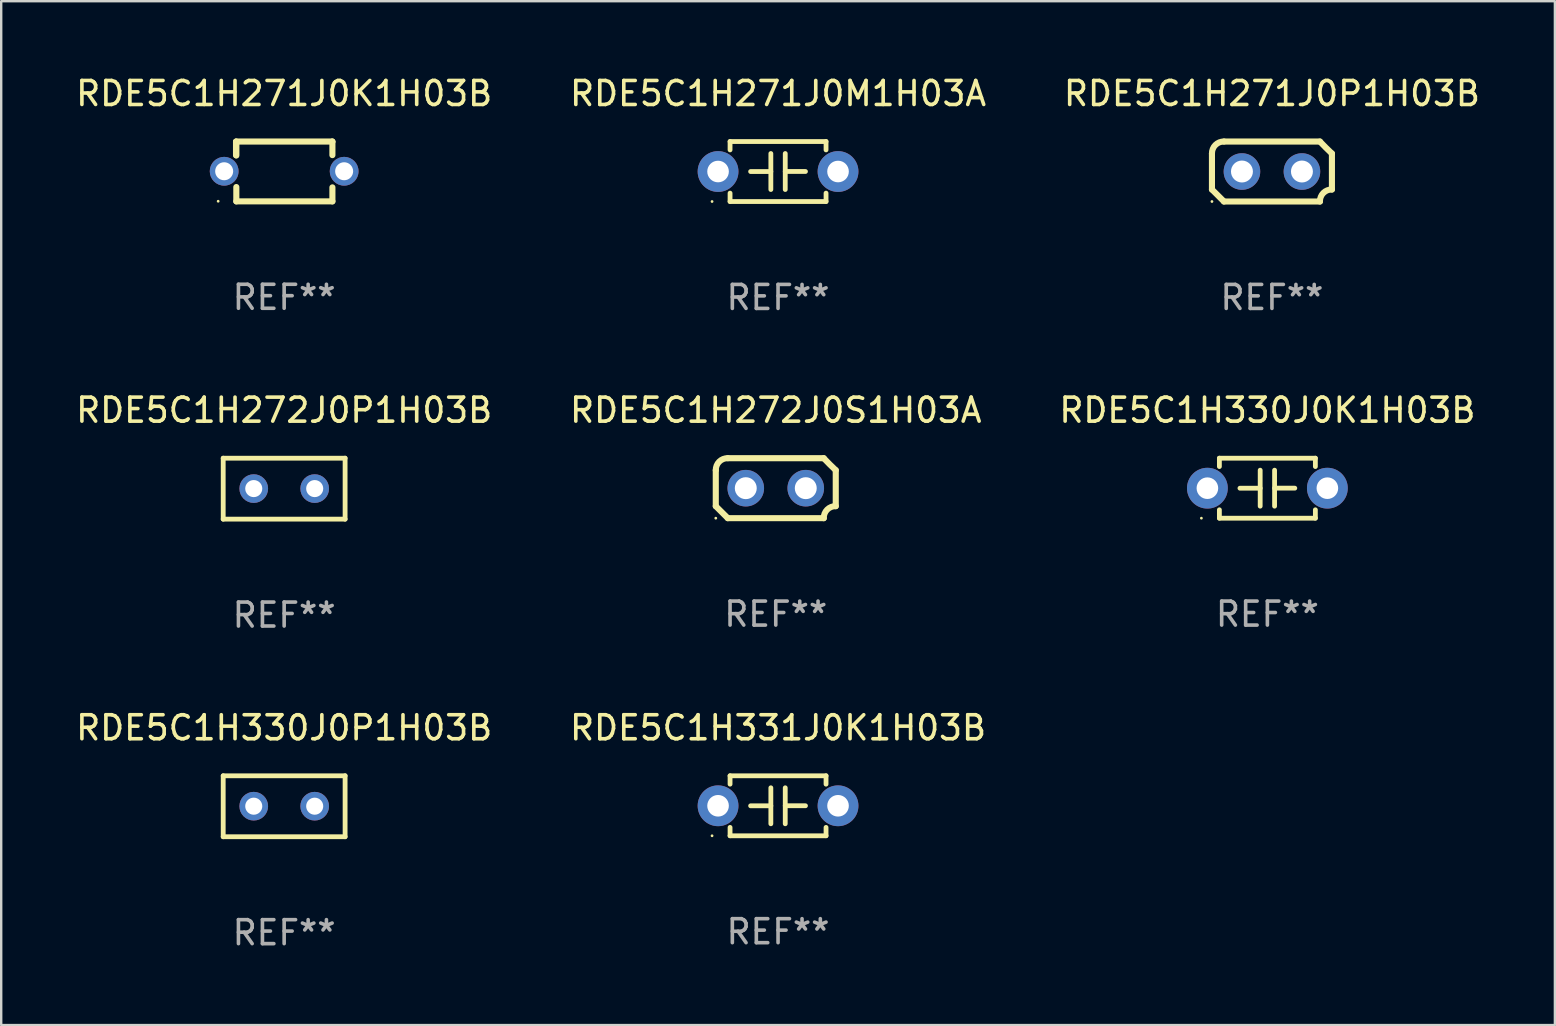
<source format=kicad_pcb>
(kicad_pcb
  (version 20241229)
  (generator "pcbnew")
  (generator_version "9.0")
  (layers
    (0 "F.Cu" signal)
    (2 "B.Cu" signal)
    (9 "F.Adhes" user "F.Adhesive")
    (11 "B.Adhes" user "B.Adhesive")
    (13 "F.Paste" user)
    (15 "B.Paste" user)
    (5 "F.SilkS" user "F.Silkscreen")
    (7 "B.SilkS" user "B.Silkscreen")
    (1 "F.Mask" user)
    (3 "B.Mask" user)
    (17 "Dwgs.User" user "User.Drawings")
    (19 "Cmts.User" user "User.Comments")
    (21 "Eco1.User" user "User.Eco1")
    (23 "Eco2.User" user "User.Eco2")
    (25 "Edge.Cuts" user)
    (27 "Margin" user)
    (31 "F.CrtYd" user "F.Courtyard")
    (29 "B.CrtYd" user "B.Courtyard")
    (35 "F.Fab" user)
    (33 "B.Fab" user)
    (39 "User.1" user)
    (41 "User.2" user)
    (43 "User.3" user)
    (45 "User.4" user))
  (footprint "RDE5C1H271J0K1H03B"
    (layer "F.Cu")
    (at 8.792 4.095)
    (property "Reference" "RDE5C1H271J0K1H03B" (at 0 -3.247 0) (layer "F.SilkS") (effects (font (size 1 1) (thickness 0.15))))
    (attr through_hole)
    (fp_line (start -2.006 -1.24) (end -1.999 -1.247) (stroke (width 0.254) (type solid)) (layer "F.SilkS"))
    (fp_line (start -2.006 -0.676) (end -2.006 -1.24) (stroke (width 0.254) (type solid)) (layer "F.SilkS"))
    (fp_line (start -1.999 -1.247) (end 2.005 -1.247) (stroke (width 0.254) (type solid)) (layer "F.SilkS"))
    (fp_line (start -1.993 -1.186) (end -2.006 -1.2) (stroke (width 0.254) (type solid)) (layer "F.SilkS"))
    (fp_line (start -1.993 -0.665) (end -1.993 -1.186) (stroke (width 0.254) (type solid)) (layer "F.SilkS"))
    (fp_line (start -1.993 1.247) (end -1.993 0.65) (stroke (width 0.254) (type solid)) (layer "F.SilkS"))
    (fp_line (start 2.005 -1.247) (end 2.011 -1.24) (stroke (width 0.254) (type solid)) (layer "F.SilkS"))
    (fp_line (start 2.011 -1.24) (end 2.011 -0.68) (stroke (width 0.254) (type solid)) (layer "F.SilkS"))
    (fp_line (start 2.011 0.664) (end 2.011 1.247) (stroke (width 0.254) (type solid)) (layer "F.SilkS"))
    (fp_line (start 2.011 1.247) (end -1.993 1.247) (stroke (width 0.254) (type solid)) (layer "F.SilkS"))
    (fp_circle (center -2.75 1.242) (end -2.72 1.242) (stroke (width 0.06) (type solid)) (fill no) (layer "F.SilkS"))
    (fp_text user "REF**" (at 0 5.247 0) (layer "F.Fab") (effects (font (size 1 1) (thickness 0.15))))
    (pad "1" thru_hole circle (at -2.5 -0.008) (size 1.2 1.2) (drill 0.75) (layers "*.Cu" "*.Mask"))
    (pad "2" thru_hole circle (at 2.5 -0.008) (size 1.2 1.2) (drill 0.75) (layers "*.Cu" "*.Mask")))
  (footprint "RDE5C1H272J0S1H03A"
    (layer "F.Cu")
    (at 29.28 17.295)
    (property "Reference" "RDE5C1H272J0S1H03A" (at 0 -3.25 0) (layer "F.SilkS") (effects (font (size 1 1) (thickness 0.15))))
    (attr through_hole)
    (fp_line (start -2.5 -0.75) (end -2.5 0.75) (stroke (width 0.254) (type solid)) (layer "F.SilkS"))
    (fp_line (start -2 -1.25) (end 2 -1.25) (stroke (width 0.254) (type solid)) (layer "F.SilkS"))
    (fp_line (start 2 1.25) (end -2 1.25) (stroke (width 0.254) (type solid)) (layer "F.SilkS"))
    (fp_line (start 2.5 0.75) (end 2.5 -0.75) (stroke (width 0.254) (type solid)) (layer "F.SilkS"))
    (fp_arc (start -2.5 0.749962) (mid -2.249559 0.999558) (end -1.99929 1.249325) (stroke (width 0.254001) (type solid)) (layer "F.SilkS"))
    (fp_arc (start -2.499366 -0.749302) (mid -2.356411 -1.106098) (end -2 -1.250013) (stroke (width 0.254001) (type solid)) (layer "F.SilkS"))
    (fp_arc (start 2 1.250013) (mid 2.142747 0.89301) (end 2.499364 0.749302) (stroke (width 0.254001) (type solid)) (layer "F.SilkS"))
    (fp_arc (start 2.5 -0.749962) (mid 2.245609 -0.995598) (end 1.999289 -1.249327) (stroke (width 0.254001) (type solid)) (layer "F.SilkS"))
    (fp_circle (center -2.5 1.25) (end -2.47 1.25) (stroke (width 0.06) (type solid)) (fill no) (layer "F.SilkS"))
    (fp_text user "REF**" (at 0 5.25 0) (layer "F.Fab") (effects (font (size 1 1) (thickness 0.15))))
    (pad "1" thru_hole circle (at -1.25 0) (size 1.524 1.524) (drill 0.914) (layers "*.Cu" "*.Mask"))
    (pad "2" thru_hole circle (at 1.25 0) (size 1.524 1.524) (drill 0.914) (layers "*.Cu" "*.Mask")))
  (footprint "RDE5C1H271J0P1H03B"
    (layer "F.Cu")
    (at 49.958 4.098)
    (property "Reference" "RDE5C1H271J0P1H03B" (at 0 -3.25 0) (layer "F.SilkS") (effects (font (size 1 1) (thickness 0.15))))
    (attr through_hole)
    (fp_line (start -2.5 -0.75) (end -2.5 0.75) (stroke (width 0.254) (type solid)) (layer "F.SilkS"))
    (fp_line (start -2 -1.25) (end 2 -1.25) (stroke (width 0.254) (type solid)) (layer "F.SilkS"))
    (fp_line (start 2 1.25) (end -2 1.25) (stroke (width 0.254) (type solid)) (layer "F.SilkS"))
    (fp_line (start 2.5 0.75) (end 2.5 -0.75) (stroke (width 0.254) (type solid)) (layer "F.SilkS"))
    (fp_arc (start -2.5 0.749962) (mid -2.249559 0.999558) (end -1.99929 1.249325) (stroke (width 0.254001) (type solid)) (layer "F.SilkS"))
    (fp_arc (start -2.499366 -0.749302) (mid -2.356411 -1.106098) (end -2 -1.250013) (stroke (width 0.254001) (type solid)) (layer "F.SilkS"))
    (fp_arc (start 2 1.250013) (mid 2.142747 0.89301) (end 2.499364 0.749302) (stroke (width 0.254001) (type solid)) (layer "F.SilkS"))
    (fp_arc (start 2.5 -0.749962) (mid 2.245609 -0.995598) (end 1.999289 -1.249327) (stroke (width 0.254001) (type solid)) (layer "F.SilkS"))
    (fp_circle (center -2.5 1.25) (end -2.47 1.25) (stroke (width 0.06) (type solid)) (fill no) (layer "F.SilkS"))
    (fp_text user "REF**" (at 0 5.25 0) (layer "F.Fab") (effects (font (size 1 1) (thickness 0.15))))
    (pad "1" thru_hole circle (at -1.25 0) (size 1.524 1.524) (drill 0.914) (layers "*.Cu" "*.Mask"))
    (pad "2" thru_hole circle (at 1.25 0) (size 1.524 1.524) (drill 0.914) (layers "*.Cu" "*.Mask")))
  (footprint "RDE5C1H271J0M1H03A"
    (layer "F.Cu")
    (at 29.375 4.098)
    (property "Reference" "RDE5C1H271J0M1H03A" (at 0 -3.25 0) (layer "F.SilkS") (effects (font (size 1 1) (thickness 0.15))))
    (attr through_hole)
    (fp_line (start -2 -1.25) (end -2 -0.901) (stroke (width 0.2) (type solid)) (layer "F.SilkS"))
    (fp_line (start -2 -1.25) (end 2 -1.25) (stroke (width 0.2) (type solid)) (layer "F.SilkS"))
    (fp_line (start -2 0.901) (end -2 1.25) (stroke (width 0.2) (type solid)) (layer "F.SilkS"))
    (fp_line (start -0.3 -0.75) (end -0.3 0.75) (stroke (width 0.2) (type solid)) (layer "F.SilkS"))
    (fp_line (start -0.3 0.001) (end -1.143 0.001) (stroke (width 0.2) (type solid)) (layer "F.SilkS"))
    (fp_line (start 0.3 -0.001) (end 1.143 -0.001) (stroke (width 0.2) (type solid)) (layer "F.SilkS"))
    (fp_line (start 0.3 0.75) (end 0.3 -0.75) (stroke (width 0.2) (type solid)) (layer "F.SilkS"))
    (fp_line (start 2 -1.25) (end 2 -0.901) (stroke (width 0.2) (type solid)) (layer "F.SilkS"))
    (fp_line (start 2 0.901) (end 2 1.25) (stroke (width 0.2) (type solid)) (layer "F.SilkS"))
    (fp_line (start 2 1.25) (end -2 1.25) (stroke (width 0.2) (type solid)) (layer "F.SilkS"))
    (fp_circle (center -2.75 1.25) (end -2.72 1.25) (stroke (width 0.06) (type solid)) (fill no) (layer "F.SilkS"))
    (fp_text user "REF**" (at 0 5.25 0) (layer "F.Fab") (effects (font (size 1 1) (thickness 0.15))))
    (pad "1" thru_hole circle (at -2.5 0) (size 1.7 1.7) (drill 0.9) (layers "*.Cu" "*.Mask"))
    (pad "2" thru_hole circle (at 2.5 0) (size 1.7 1.7) (drill 0.9) (layers "*.Cu" "*.Mask")))
  (footprint "RDE5C1H330J0P1H03B"
    (layer "F.Cu")
    (at 8.792 30.551)
    (property "Reference" "RDE5C1H330J0P1H03B" (at 0 -3.27 0) (layer "F.SilkS") (effects (font (size 1 1) (thickness 0.15))))
    (attr through_hole)
    (fp_line (start -2.54 -1.27) (end -2.54 1.27) (stroke (width 0.201) (type solid)) (layer "F.SilkS"))
    (fp_line (start -2.54 1.27) (end 2.54 1.27) (stroke (width 0.201) (type solid)) (layer "F.SilkS"))
    (fp_line (start 2.54 -1.27) (end -2.54 -1.27) (stroke (width 0.201) (type solid)) (layer "F.SilkS"))
    (fp_line (start 2.54 1.27) (end 2.54 -1.27) (stroke (width 0.201) (type solid)) (layer "F.SilkS"))
    (fp_circle (center -2.497 1.247) (end -2.467 1.247) (stroke (width 0.06) (type solid)) (fill no) (layer "F.SilkS"))
    (fp_text user "REF**" (at 0 5.27 0) (layer "F.Fab") (effects (font (size 1 1) (thickness 0.15))))
    (pad "1" thru_hole circle (at -1.267 -0.003) (size 1.194 1.194) (drill 0.711) (layers "*.Cu" "*.Mask"))
    (pad "2" thru_hole circle (at 1.273 -0.003) (size 1.194 1.194) (drill 0.711) (layers "*.Cu" "*.Mask")))
  (footprint "RDE5C1H331J0K1H03B"
    (layer "F.Cu")
    (at 29.375 30.531)
    (property "Reference" "RDE5C1H331J0K1H03B" (at 0 -3.25 0) (layer "F.SilkS") (effects (font (size 1 1) (thickness 0.15))))
    (attr through_hole)
    (fp_line (start -2 -1.25) (end -2 -0.901) (stroke (width 0.2) (type solid)) (layer "F.SilkS"))
    (fp_line (start -2 -1.25) (end 2 -1.25) (stroke (width 0.2) (type solid)) (layer "F.SilkS"))
    (fp_line (start -2 0.901) (end -2 1.25) (stroke (width 0.2) (type solid)) (layer "F.SilkS"))
    (fp_line (start -0.3 -0.75) (end -0.3 0.75) (stroke (width 0.2) (type solid)) (layer "F.SilkS"))
    (fp_line (start -0.3 0.001) (end -1.143 0.001) (stroke (width 0.2) (type solid)) (layer "F.SilkS"))
    (fp_line (start 0.3 -0.001) (end 1.143 -0.001) (stroke (width 0.2) (type solid)) (layer "F.SilkS"))
    (fp_line (start 0.3 0.75) (end 0.3 -0.75) (stroke (width 0.2) (type solid)) (layer "F.SilkS"))
    (fp_line (start 2 -1.25) (end 2 -0.901) (stroke (width 0.2) (type solid)) (layer "F.SilkS"))
    (fp_line (start 2 0.901) (end 2 1.25) (stroke (width 0.2) (type solid)) (layer "F.SilkS"))
    (fp_line (start 2 1.25) (end -2 1.25) (stroke (width 0.2) (type solid)) (layer "F.SilkS"))
    (fp_circle (center -2.75 1.25) (end -2.72 1.25) (stroke (width 0.06) (type solid)) (fill no) (layer "F.SilkS"))
    (fp_text user "REF**" (at 0 5.25 0) (layer "F.Fab") (effects (font (size 1 1) (thickness 0.15))))
    (pad "1" thru_hole circle (at -2.5 0) (size 1.7 1.7) (drill 0.9) (layers "*.Cu" "*.Mask"))
    (pad "2" thru_hole circle (at 2.5 0) (size 1.7 1.7) (drill 0.9) (layers "*.Cu" "*.Mask")))
  (footprint "RDE5C1H330J0K1H03B"
    (layer "F.Cu")
    (at 49.768 17.295)
    (property "Reference" "RDE5C1H330J0K1H03B" (at 0 -3.25 0) (layer "F.SilkS") (effects (font (size 1 1) (thickness 0.15))))
    (attr through_hole)
    (fp_line (start -2 -1.25) (end -2 -0.901) (stroke (width 0.2) (type solid)) (layer "F.SilkS"))
    (fp_line (start -2 -1.25) (end 2 -1.25) (stroke (width 0.2) (type solid)) (layer "F.SilkS"))
    (fp_line (start -2 0.901) (end -2 1.25) (stroke (width 0.2) (type solid)) (layer "F.SilkS"))
    (fp_line (start -0.3 -0.75) (end -0.3 0.75) (stroke (width 0.2) (type solid)) (layer "F.SilkS"))
    (fp_line (start -0.3 0.001) (end -1.143 0.001) (stroke (width 0.2) (type solid)) (layer "F.SilkS"))
    (fp_line (start 0.3 -0.001) (end 1.143 -0.001) (stroke (width 0.2) (type solid)) (layer "F.SilkS"))
    (fp_line (start 0.3 0.75) (end 0.3 -0.75) (stroke (width 0.2) (type solid)) (layer "F.SilkS"))
    (fp_line (start 2 -1.25) (end 2 -0.901) (stroke (width 0.2) (type solid)) (layer "F.SilkS"))
    (fp_line (start 2 0.901) (end 2 1.25) (stroke (width 0.2) (type solid)) (layer "F.SilkS"))
    (fp_line (start 2 1.25) (end -2 1.25) (stroke (width 0.2) (type solid)) (layer "F.SilkS"))
    (fp_circle (center -2.75 1.25) (end -2.72 1.25) (stroke (width 0.06) (type solid)) (fill no) (layer "F.SilkS"))
    (fp_text user "REF**" (at 0 5.25 0) (layer "F.Fab") (effects (font (size 1 1) (thickness 0.15))))
    (pad "1" thru_hole circle (at -2.5 0) (size 1.7 1.7) (drill 0.9) (layers "*.Cu" "*.Mask"))
    (pad "2" thru_hole circle (at 2.5 0) (size 1.7 1.7) (drill 0.9) (layers "*.Cu" "*.Mask")))
  (footprint "RDE5C1H272J0P1H03B"
    (layer "F.Cu")
    (at 8.792 17.315)
    (property "Reference" "RDE5C1H272J0P1H03B" (at 0 -3.27 0) (layer "F.SilkS") (effects (font (size 1 1) (thickness 0.15))))
    (attr through_hole)
    (fp_line (start -2.54 -1.27) (end -2.54 1.27) (stroke (width 0.201) (type solid)) (layer "F.SilkS"))
    (fp_line (start -2.54 1.27) (end 2.54 1.27) (stroke (width 0.201) (type solid)) (layer "F.SilkS"))
    (fp_line (start 2.54 -1.27) (end -2.54 -1.27) (stroke (width 0.201) (type solid)) (layer "F.SilkS"))
    (fp_line (start 2.54 1.27) (end 2.54 -1.27) (stroke (width 0.201) (type solid)) (layer "F.SilkS"))
    (fp_circle (center -2.497 1.247) (end -2.467 1.247) (stroke (width 0.06) (type solid)) (fill no) (layer "F.SilkS"))
    (fp_text user "REF**" (at 0 5.27 0) (layer "F.Fab") (effects (font (size 1 1) (thickness 0.15))))
    (pad "1" thru_hole circle (at -1.267 -0.003) (size 1.194 1.194) (drill 0.711) (layers "*.Cu" "*.Mask"))
    (pad "2" thru_hole circle (at 1.273 -0.003) (size 1.194 1.194) (drill 0.711) (layers "*.Cu" "*.Mask")))
  (gr_rect
    (start -3 -3)
    (end 61.75 39.67)
    (stroke (width 0.1) (type default))
    (fill no)
    (layer "Edge.Cuts")))
</source>
